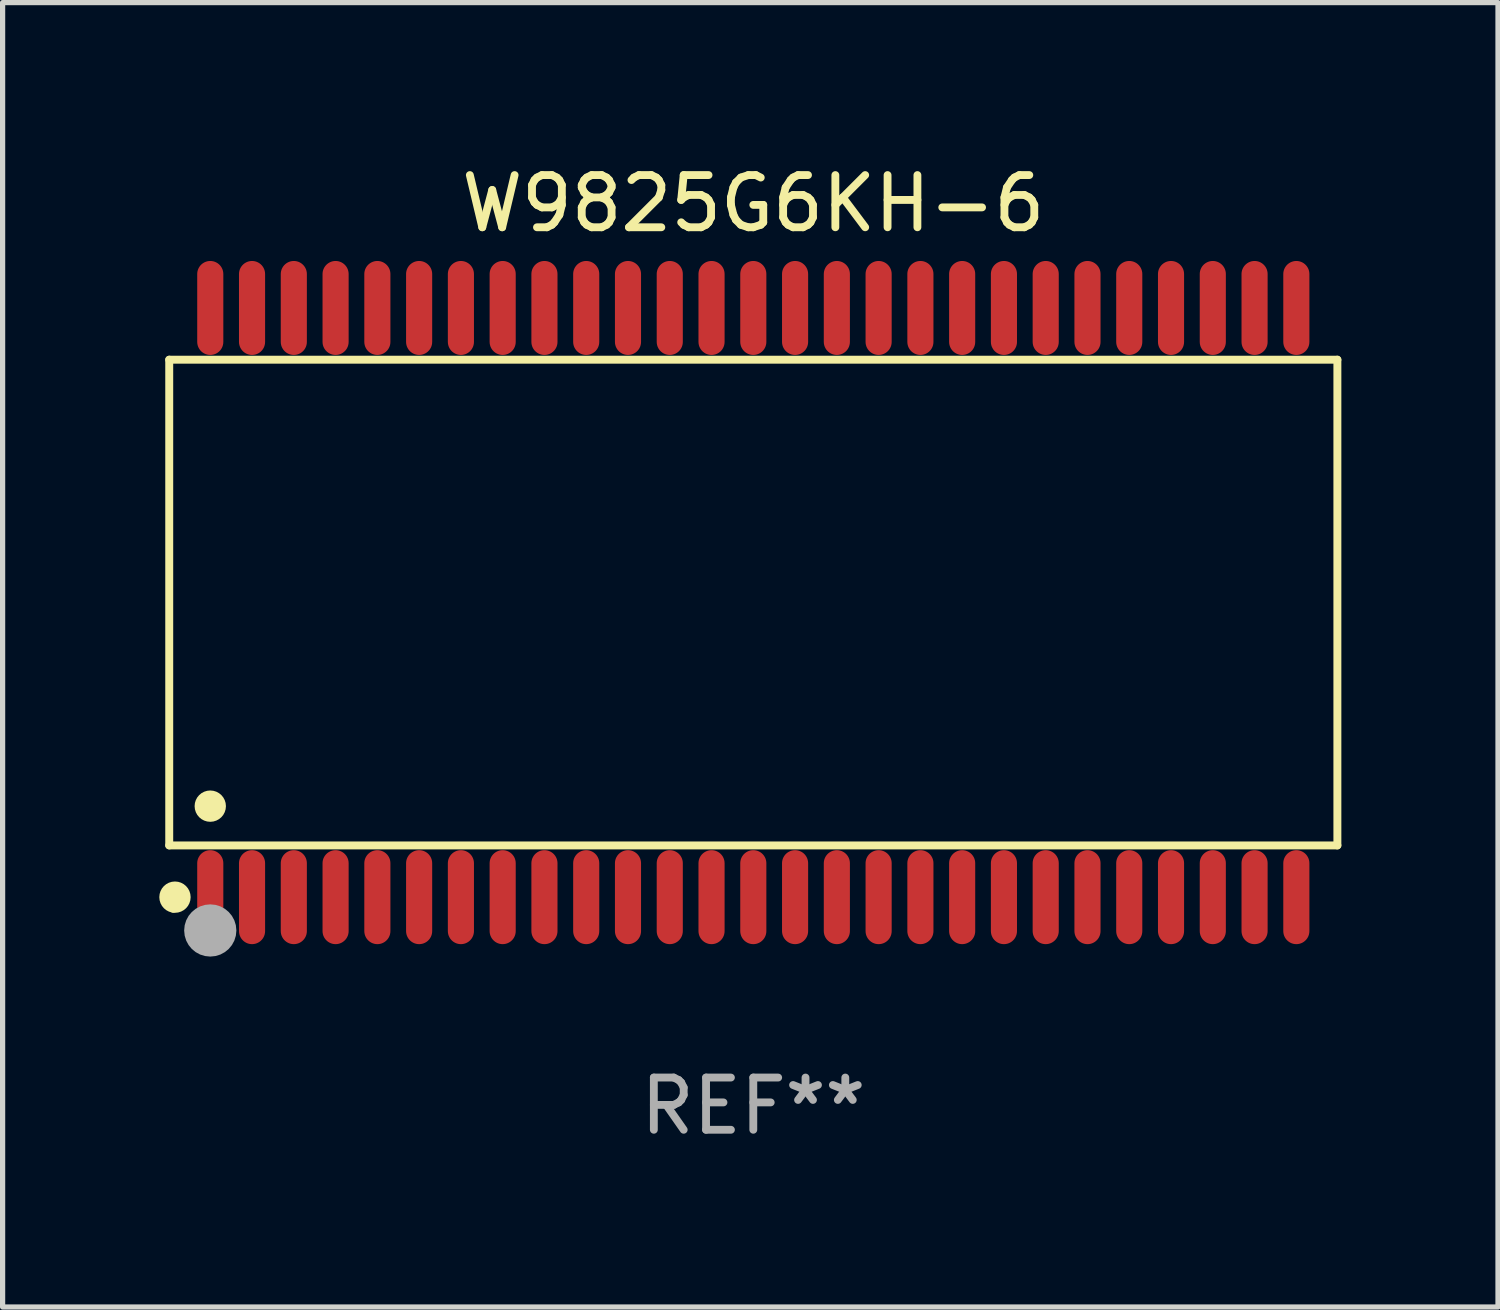
<source format=kicad_pcb>
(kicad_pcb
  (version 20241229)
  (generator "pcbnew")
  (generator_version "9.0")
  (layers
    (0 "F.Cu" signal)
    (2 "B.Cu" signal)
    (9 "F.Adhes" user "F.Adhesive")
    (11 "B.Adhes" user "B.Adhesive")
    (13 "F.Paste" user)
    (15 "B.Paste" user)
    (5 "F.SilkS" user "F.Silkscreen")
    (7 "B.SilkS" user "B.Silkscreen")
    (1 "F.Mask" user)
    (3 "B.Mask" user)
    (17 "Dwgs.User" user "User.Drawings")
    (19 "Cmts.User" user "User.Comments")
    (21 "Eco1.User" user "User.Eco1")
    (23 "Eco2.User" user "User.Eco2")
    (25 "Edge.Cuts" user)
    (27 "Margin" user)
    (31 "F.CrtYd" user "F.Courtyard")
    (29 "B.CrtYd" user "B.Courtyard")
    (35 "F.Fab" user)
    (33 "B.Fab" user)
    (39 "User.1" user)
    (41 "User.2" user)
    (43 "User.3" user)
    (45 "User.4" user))
  (footprint "W9825G6KH-6"
    (layer "F.Cu")
    (at 11.377 8.49)
    (property "Reference" "W9825G6KH-6" (at 0 -7.642 0) (layer "F.SilkS") (effects (font (size 1 1) (thickness 0.15))))
    (attr through_hole)
    (fp_line (start -11.186 -4.651) (end 11.186 -4.651) (stroke (width 0.152) (type solid)) (layer "F.SilkS"))
    (fp_line (start -11.186 4.651) (end -11.186 -4.651) (stroke (width 0.152) (type solid)) (layer "F.SilkS"))
    (fp_line (start 11.186 -4.651) (end 11.186 4.651) (stroke (width 0.152) (type solid)) (layer "F.SilkS"))
    (fp_line (start 11.186 4.651) (end -11.186 4.651) (stroke (width 0.152) (type solid)) (layer "F.SilkS"))
    (fp_circle (center -11.11 5.88) (end -11.08 5.88) (stroke (width 0.06) (type solid)) (fill no) (layer "F.SilkS"))
    (fp_circle (center -11.076 5.642) (end -10.926 5.642) (stroke (width 0.3) (type solid)) (fill no) (layer "F.SilkS"))
    (fp_circle (center -10.4 3.899) (end -10.25 3.899) (stroke (width 0.3) (type solid)) (fill no) (layer "F.SilkS"))
    (fp_circle (center -10.4 6.28) (end -10.15 6.28) (stroke (width 0.5) (type solid)) (fill no) (layer "F.Fab"))
    (fp_text user "REF**" (at 0 9.642 0) (layer "F.Fab") (effects (font (size 1 1) (thickness 0.15))))
    (pad "1" smd oval (at -10.4 5.642) (size 0.5 1.8) (layers "F.Cu" "F.Mask" "F.Paste"))
    (pad "2" smd oval (at -9.6 5.642) (size 0.5 1.8) (layers "F.Cu" "F.Mask" "F.Paste"))
    (pad "3" smd oval (at -8.8 5.642) (size 0.5 1.8) (layers "F.Cu" "F.Mask" "F.Paste"))
    (pad "4" smd oval (at -8 5.642) (size 0.5 1.8) (layers "F.Cu" "F.Mask" "F.Paste"))
    (pad "5" smd oval (at -7.2 5.642) (size 0.5 1.8) (layers "F.Cu" "F.Mask" "F.Paste"))
    (pad "6" smd oval (at -6.4 5.642) (size 0.5 1.8) (layers "F.Cu" "F.Mask" "F.Paste"))
    (pad "7" smd oval (at -5.6 5.642) (size 0.5 1.8) (layers "F.Cu" "F.Mask" "F.Paste"))
    (pad "8" smd oval (at -4.8 5.642) (size 0.5 1.8) (layers "F.Cu" "F.Mask" "F.Paste"))
    (pad "9" smd oval (at -4 5.642) (size 0.5 1.8) (layers "F.Cu" "F.Mask" "F.Paste"))
    (pad "10" smd oval (at -3.2 5.642) (size 0.5 1.8) (layers "F.Cu" "F.Mask" "F.Paste"))
    (pad "11" smd oval (at -2.4 5.642) (size 0.5 1.8) (layers "F.Cu" "F.Mask" "F.Paste"))
    (pad "12" smd oval (at -1.6 5.642) (size 0.5 1.8) (layers "F.Cu" "F.Mask" "F.Paste"))
    (pad "13" smd oval (at -0.8 5.642) (size 0.5 1.8) (layers "F.Cu" "F.Mask" "F.Paste"))
    (pad "14" smd oval (at 0 5.642) (size 0.5 1.8) (layers "F.Cu" "F.Mask" "F.Paste"))
    (pad "15" smd oval (at 0.8 5.642) (size 0.5 1.8) (layers "F.Cu" "F.Mask" "F.Paste"))
    (pad "16" smd oval (at 1.6 5.642) (size 0.5 1.8) (layers "F.Cu" "F.Mask" "F.Paste"))
    (pad "17" smd oval (at 2.4 5.642) (size 0.5 1.8) (layers "F.Cu" "F.Mask" "F.Paste"))
    (pad "18" smd oval (at 3.2 5.642) (size 0.5 1.8) (layers "F.Cu" "F.Mask" "F.Paste"))
    (pad "19" smd oval (at 4 5.642) (size 0.5 1.8) (layers "F.Cu" "F.Mask" "F.Paste"))
    (pad "20" smd oval (at 4.8 5.642) (size 0.5 1.8) (layers "F.Cu" "F.Mask" "F.Paste"))
    (pad "21" smd oval (at 5.6 5.642) (size 0.5 1.8) (layers "F.Cu" "F.Mask" "F.Paste"))
    (pad "22" smd oval (at 6.4 5.642) (size 0.5 1.8) (layers "F.Cu" "F.Mask" "F.Paste"))
    (pad "23" smd oval (at 7.2 5.642) (size 0.5 1.8) (layers "F.Cu" "F.Mask" "F.Paste"))
    (pad "24" smd oval (at 8 5.642) (size 0.5 1.8) (layers "F.Cu" "F.Mask" "F.Paste"))
    (pad "25" smd oval (at 8.8 5.642) (size 0.5 1.8) (layers "F.Cu" "F.Mask" "F.Paste"))
    (pad "26" smd oval (at 9.6 5.642) (size 0.5 1.8) (layers "F.Cu" "F.Mask" "F.Paste"))
    (pad "27" smd oval (at 10.4 5.642) (size 0.5 1.8) (layers "F.Cu" "F.Mask" "F.Paste"))
    (pad "28" smd oval (at 10.4 -5.642) (size 0.5 1.8) (layers "F.Cu" "F.Mask" "F.Paste"))
    (pad "29" smd oval (at 9.6 -5.642) (size 0.5 1.8) (layers "F.Cu" "F.Mask" "F.Paste"))
    (pad "30" smd oval (at 8.8 -5.642) (size 0.5 1.8) (layers "F.Cu" "F.Mask" "F.Paste"))
    (pad "31" smd oval (at 8 -5.642) (size 0.5 1.8) (layers "F.Cu" "F.Mask" "F.Paste"))
    (pad "32" smd oval (at 7.2 -5.642) (size 0.5 1.8) (layers "F.Cu" "F.Mask" "F.Paste"))
    (pad "33" smd oval (at 6.4 -5.642) (size 0.5 1.8) (layers "F.Cu" "F.Mask" "F.Paste"))
    (pad "34" smd oval (at 5.6 -5.642) (size 0.5 1.8) (layers "F.Cu" "F.Mask" "F.Paste"))
    (pad "35" smd oval (at 4.8 -5.642) (size 0.5 1.8) (layers "F.Cu" "F.Mask" "F.Paste"))
    (pad "36" smd oval (at 4 -5.642) (size 0.5 1.8) (layers "F.Cu" "F.Mask" "F.Paste"))
    (pad "37" smd oval (at 3.2 -5.642) (size 0.5 1.8) (layers "F.Cu" "F.Mask" "F.Paste"))
    (pad "38" smd oval (at 2.4 -5.642) (size 0.5 1.8) (layers "F.Cu" "F.Mask" "F.Paste"))
    (pad "39" smd oval (at 1.6 -5.642) (size 0.5 1.8) (layers "F.Cu" "F.Mask" "F.Paste"))
    (pad "40" smd oval (at 0.8 -5.642) (size 0.5 1.8) (layers "F.Cu" "F.Mask" "F.Paste"))
    (pad "41" smd oval (at 0 -5.642) (size 0.5 1.8) (layers "F.Cu" "F.Mask" "F.Paste"))
    (pad "42" smd oval (at -0.8 -5.642) (size 0.5 1.8) (layers "F.Cu" "F.Mask" "F.Paste"))
    (pad "43" smd oval (at -1.6 -5.642) (size 0.5 1.8) (layers "F.Cu" "F.Mask" "F.Paste"))
    (pad "44" smd oval (at -2.4 -5.642) (size 0.5 1.8) (layers "F.Cu" "F.Mask" "F.Paste"))
    (pad "45" smd oval (at -3.2 -5.642) (size 0.5 1.8) (layers "F.Cu" "F.Mask" "F.Paste"))
    (pad "46" smd oval (at -4 -5.642) (size 0.5 1.8) (layers "F.Cu" "F.Mask" "F.Paste"))
    (pad "47" smd oval (at -4.8 -5.642) (size 0.5 1.8) (layers "F.Cu" "F.Mask" "F.Paste"))
    (pad "48" smd oval (at -5.6 -5.642) (size 0.5 1.8) (layers "F.Cu" "F.Mask" "F.Paste"))
    (pad "49" smd oval (at -6.4 -5.642) (size 0.5 1.8) (layers "F.Cu" "F.Mask" "F.Paste"))
    (pad "50" smd oval (at -7.2 -5.642) (size 0.5 1.8) (layers "F.Cu" "F.Mask" "F.Paste"))
    (pad "51" smd oval (at -8 -5.642) (size 0.5 1.8) (layers "F.Cu" "F.Mask" "F.Paste"))
    (pad "52" smd oval (at -8.8 -5.642) (size 0.5 1.8) (layers "F.Cu" "F.Mask" "F.Paste"))
    (pad "53" smd oval (at -9.6 -5.642) (size 0.5 1.8) (layers "F.Cu" "F.Mask" "F.Paste"))
    (pad "54" smd oval (at -10.4 -5.642) (size 0.5 1.8) (layers "F.Cu" "F.Mask" "F.Paste")))
  (gr_rect
    (start -3 -3)
    (end 25.639 21.981)
    (stroke (width 0.1) (type default))
    (fill no)
    (layer "Edge.Cuts")))
</source>
